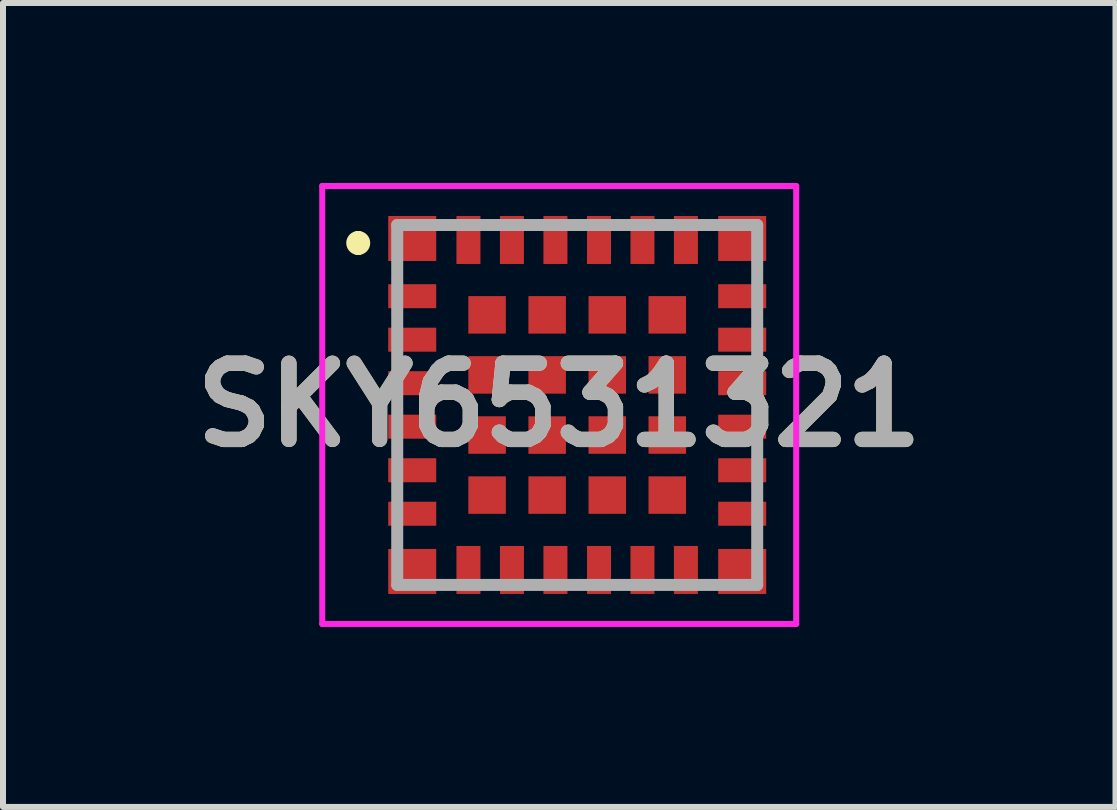
<source format=kicad_pcb>
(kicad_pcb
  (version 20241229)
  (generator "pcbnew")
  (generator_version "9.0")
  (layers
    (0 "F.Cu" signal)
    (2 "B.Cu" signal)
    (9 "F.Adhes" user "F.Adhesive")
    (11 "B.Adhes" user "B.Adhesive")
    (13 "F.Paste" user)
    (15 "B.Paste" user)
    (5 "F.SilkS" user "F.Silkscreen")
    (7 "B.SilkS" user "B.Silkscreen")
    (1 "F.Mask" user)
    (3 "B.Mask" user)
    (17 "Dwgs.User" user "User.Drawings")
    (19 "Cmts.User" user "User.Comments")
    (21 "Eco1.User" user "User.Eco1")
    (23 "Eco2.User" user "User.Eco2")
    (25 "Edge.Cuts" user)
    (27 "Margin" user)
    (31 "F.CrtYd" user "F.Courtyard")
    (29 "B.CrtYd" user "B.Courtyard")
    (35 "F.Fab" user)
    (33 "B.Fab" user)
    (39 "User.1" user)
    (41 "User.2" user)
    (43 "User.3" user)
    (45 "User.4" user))
  (footprint "SKY6531321"
    (layer "F.Cu")
    (at 6.571 3.7)
    (property "Reference" "SKY6531321" (at -0.3 0 0) (layer "F.SilkS") (effects (font (size 1.27 1.27) (thickness 0.254))))
    (attr smd)
    (fp_line (start -3.65 -2.8) (end -3.65 -2.8) (stroke (width 0.2) (type solid)) (layer "F.SilkS"))
    (fp_line (start -3.65 -2.6) (end -3.65 -2.6) (stroke (width 0.2) (type solid)) (layer "F.SilkS"))
    (fp_arc (start -3.65 -2.8) (mid -3.55 -2.7) (end -3.65 -2.6) (stroke (width 0.2) (type solid)) (layer "F.SilkS"))
    (fp_arc (start -3.65 -2.6) (mid -3.75 -2.7) (end -3.65 -2.8) (stroke (width 0.2) (type solid)) (layer "F.SilkS"))
    (fp_line (start -4.25 -3.65) (end 3.65 -3.65) (stroke (width 0.1) (type solid)) (layer "F.CrtYd"))
    (fp_line (start -4.25 3.65) (end -4.25 -3.65) (stroke (width 0.1) (type solid)) (layer "F.CrtYd"))
    (fp_line (start 3.65 -3.65) (end 3.65 3.65) (stroke (width 0.1) (type solid)) (layer "F.CrtYd"))
    (fp_line (start 3.65 3.65) (end -4.25 3.65) (stroke (width 0.1) (type solid)) (layer "F.CrtYd"))
    (fp_line (start -3 -3) (end 3 -3) (stroke (width 0.2) (type solid)) (layer "F.Fab"))
    (fp_line (start -3 3) (end -3 -3) (stroke (width 0.2) (type solid)) (layer "F.Fab"))
    (fp_line (start 3 -3) (end 3 3) (stroke (width 0.2) (type solid)) (layer "F.Fab"))
    (fp_line (start 3 3) (end -3 3) (stroke (width 0.2) (type solid)) (layer "F.Fab"))
    (fp_text user "${REFERENCE}" (at -0.3 0 0) (layer "F.Fab") (effects (font (size 1.27 1.27) (thickness 0.254))))
    (pad "1" smd rect (at -2.75 -2.775 90) (size 0.75 0.8) (layers "F.Cu" "F.Mask" "F.Paste"))
    (pad "2" smd rect (at -2.75 -1.813 90) (size 0.4 0.8) (layers "F.Cu" "F.Mask" "F.Paste"))
    (pad "3" smd rect (at -2.75 -1.088 90) (size 0.4 0.8) (layers "F.Cu" "F.Mask" "F.Paste"))
    (pad "4" smd rect (at -2.75 -0.363 90) (size 0.4 0.8) (layers "F.Cu" "F.Mask" "F.Paste"))
    (pad "5" smd rect (at -2.75 0.362 90) (size 0.4 0.8) (layers "F.Cu" "F.Mask" "F.Paste"))
    (pad "6" smd rect (at -2.75 1.088 90) (size 0.4 0.8) (layers "F.Cu" "F.Mask" "F.Paste"))
    (pad "7" smd rect (at -2.75 1.813 90) (size 0.4 0.8) (layers "F.Cu" "F.Mask" "F.Paste"))
    (pad "8" smd rect (at -2.75 2.775 90) (size 0.75 0.8) (layers "F.Cu" "F.Mask" "F.Paste"))
    (pad "9" smd rect (at -1.813 2.75) (size 0.4 0.8) (layers "F.Cu" "F.Mask" "F.Paste"))
    (pad "10" smd rect (at -1.088 2.75) (size 0.4 0.8) (layers "F.Cu" "F.Mask" "F.Paste"))
    (pad "11" smd rect (at -0.363 2.75) (size 0.4 0.8) (layers "F.Cu" "F.Mask" "F.Paste"))
    (pad "12" smd rect (at 0.363 2.75) (size 0.4 0.8) (layers "F.Cu" "F.Mask" "F.Paste"))
    (pad "13" smd rect (at 1.088 2.75) (size 0.4 0.8) (layers "F.Cu" "F.Mask" "F.Paste"))
    (pad "14" smd rect (at 1.812 2.75) (size 0.4 0.8) (layers "F.Cu" "F.Mask" "F.Paste"))
    (pad "15" smd rect (at 2.75 2.775 90) (size 0.75 0.8) (layers "F.Cu" "F.Mask" "F.Paste"))
    (pad "16" smd rect (at 2.75 1.813 90) (size 0.4 0.8) (layers "F.Cu" "F.Mask" "F.Paste"))
    (pad "17" smd rect (at 2.75 1.088 90) (size 0.4 0.8) (layers "F.Cu" "F.Mask" "F.Paste"))
    (pad "18" smd rect (at 2.75 0.362 90) (size 0.4 0.8) (layers "F.Cu" "F.Mask" "F.Paste"))
    (pad "19" smd rect (at 2.75 -0.363 90) (size 0.4 0.8) (layers "F.Cu" "F.Mask" "F.Paste"))
    (pad "20" smd rect (at 2.75 -1.088 90) (size 0.4 0.8) (layers "F.Cu" "F.Mask" "F.Paste"))
    (pad "21" smd rect (at 2.75 -1.813 90) (size 0.4 0.8) (layers "F.Cu" "F.Mask" "F.Paste"))
    (pad "22" smd rect (at 2.75 -2.775 90) (size 0.75 0.8) (layers "F.Cu" "F.Mask" "F.Paste"))
    (pad "23" smd rect (at 1.812 -2.75) (size 0.4 0.8) (layers "F.Cu" "F.Mask" "F.Paste"))
    (pad "24" smd rect (at 1.088 -2.75) (size 0.4 0.8) (layers "F.Cu" "F.Mask" "F.Paste"))
    (pad "25" smd rect (at 0.363 -2.75) (size 0.4 0.8) (layers "F.Cu" "F.Mask" "F.Paste"))
    (pad "26" smd rect (at -0.363 -2.75) (size 0.4 0.8) (layers "F.Cu" "F.Mask" "F.Paste"))
    (pad "27" smd rect (at -1.088 -2.75) (size 0.4 0.8) (layers "F.Cu" "F.Mask" "F.Paste"))
    (pad "28" smd rect (at -1.813 -2.75) (size 0.4 0.8) (layers "F.Cu" "F.Mask" "F.Paste"))
    (pad "29" smd rect (at -1.502 -1.502 90) (size 0.625 0.625) (layers "F.Cu" "F.Mask" "F.Paste"))
    (pad "30" smd rect (at -1.502 -0.501 90) (size 0.625 0.625) (layers "F.Cu" "F.Mask" "F.Paste"))
    (pad "31" smd rect (at -1.502 0.501 90) (size 0.625 0.625) (layers "F.Cu" "F.Mask" "F.Paste"))
    (pad "32" smd rect (at -1.502 1.502 90) (size 0.625 0.625) (layers "F.Cu" "F.Mask" "F.Paste"))
    (pad "33" smd rect (at -0.501 1.502 90) (size 0.625 0.625) (layers "F.Cu" "F.Mask" "F.Paste"))
    (pad "34" smd rect (at 0.501 1.502 90) (size 0.625 0.625) (layers "F.Cu" "F.Mask" "F.Paste"))
    (pad "35" smd rect (at 1.501 1.502 90) (size 0.625 0.625) (layers "F.Cu" "F.Mask" "F.Paste"))
    (pad "36" smd rect (at 1.501 0.501 90) (size 0.625 0.625) (layers "F.Cu" "F.Mask" "F.Paste"))
    (pad "37" smd rect (at 1.501 -0.501 90) (size 0.625 0.625) (layers "F.Cu" "F.Mask" "F.Paste"))
    (pad "38" smd rect (at 1.501 -1.502 90) (size 0.625 0.625) (layers "F.Cu" "F.Mask" "F.Paste"))
    (pad "39" smd rect (at 0.501 -1.502 90) (size 0.625 0.625) (layers "F.Cu" "F.Mask" "F.Paste"))
    (pad "40" smd rect (at -0.501 -1.502 90) (size 0.625 0.625) (layers "F.Cu" "F.Mask" "F.Paste"))
    (pad "41" smd rect (at -0.501 -0.501 90) (size 0.625 0.625) (layers "F.Cu" "F.Mask" "F.Paste"))
    (pad "42" smd rect (at -0.501 0.502 90) (size 0.625 0.625) (layers "F.Cu" "F.Mask" "F.Paste"))
    (pad "43" smd rect (at 0.501 0.501 90) (size 0.625 0.625) (layers "F.Cu" "F.Mask" "F.Paste"))
    (pad "44" smd rect (at 0.501 -0.501 90) (size 0.625 0.625) (layers "F.Cu" "F.Mask" "F.Paste")))
  (gr_rect
    (start -3 -3)
    (end 15.543 10.4)
    (stroke (width 0.1) (type default))
    (fill no)
    (layer "Edge.Cuts")))
</source>
